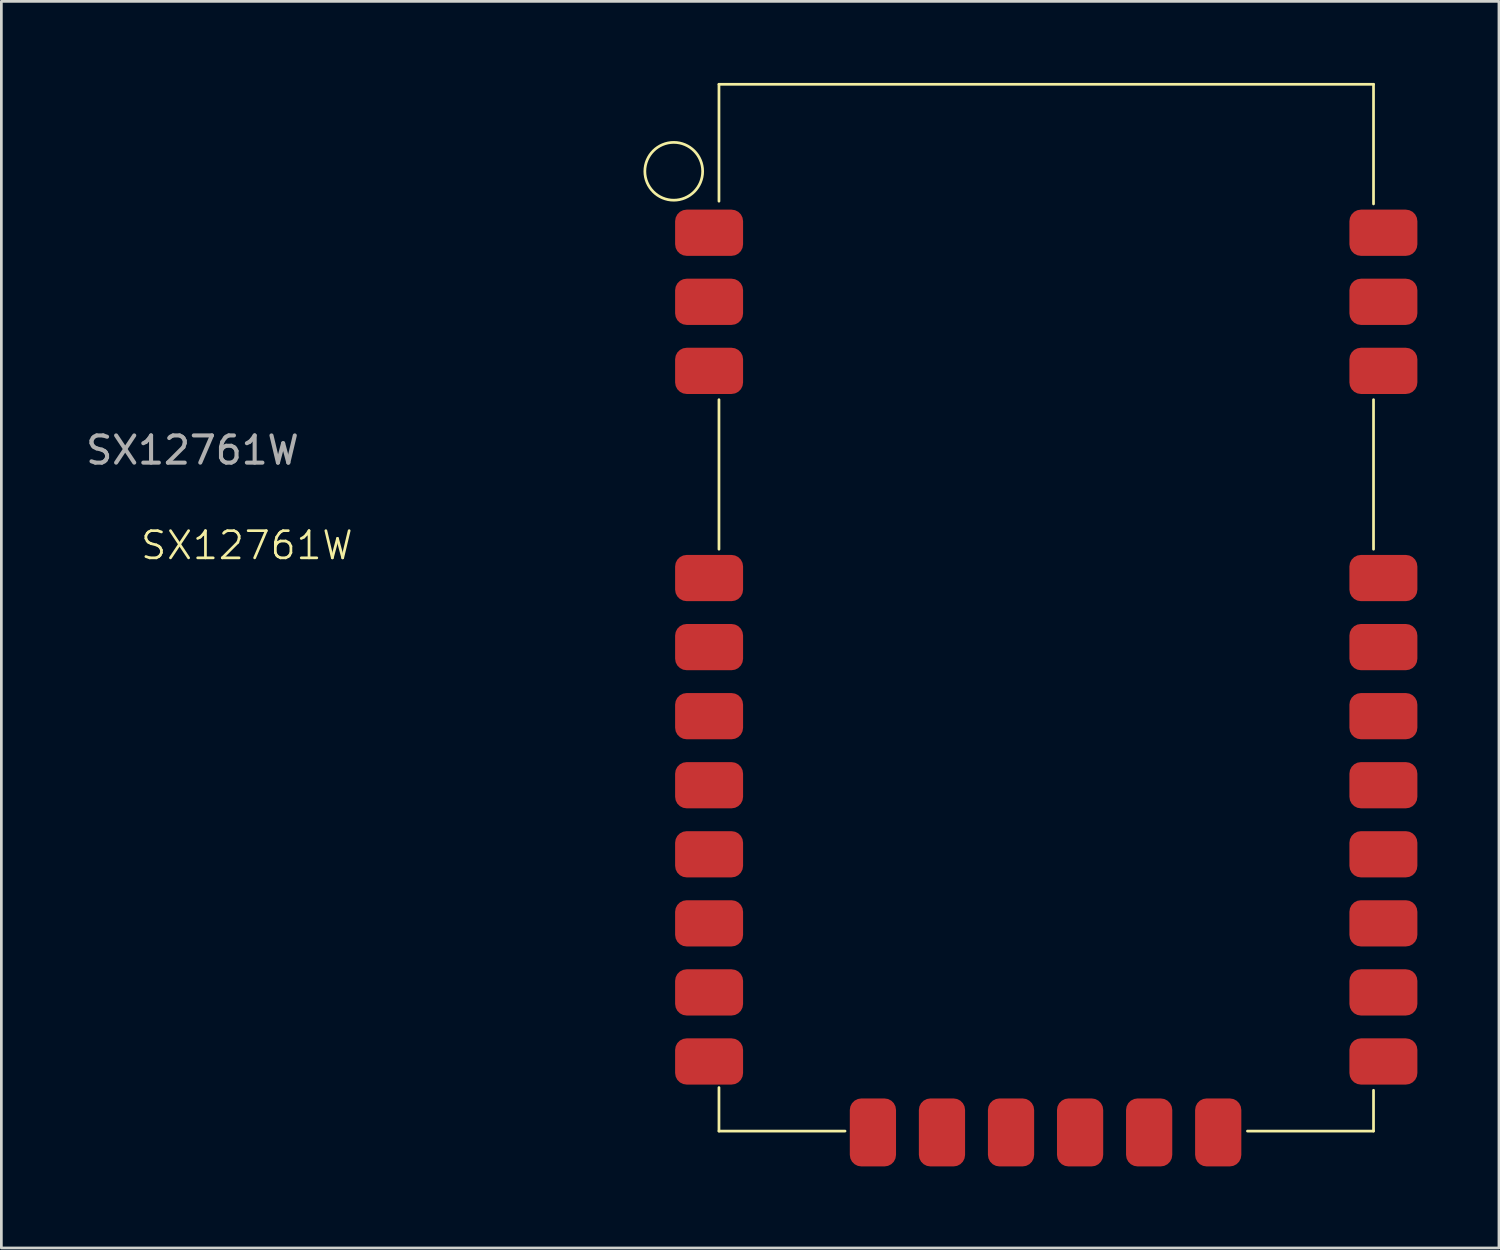
<source format=kicad_pcb>
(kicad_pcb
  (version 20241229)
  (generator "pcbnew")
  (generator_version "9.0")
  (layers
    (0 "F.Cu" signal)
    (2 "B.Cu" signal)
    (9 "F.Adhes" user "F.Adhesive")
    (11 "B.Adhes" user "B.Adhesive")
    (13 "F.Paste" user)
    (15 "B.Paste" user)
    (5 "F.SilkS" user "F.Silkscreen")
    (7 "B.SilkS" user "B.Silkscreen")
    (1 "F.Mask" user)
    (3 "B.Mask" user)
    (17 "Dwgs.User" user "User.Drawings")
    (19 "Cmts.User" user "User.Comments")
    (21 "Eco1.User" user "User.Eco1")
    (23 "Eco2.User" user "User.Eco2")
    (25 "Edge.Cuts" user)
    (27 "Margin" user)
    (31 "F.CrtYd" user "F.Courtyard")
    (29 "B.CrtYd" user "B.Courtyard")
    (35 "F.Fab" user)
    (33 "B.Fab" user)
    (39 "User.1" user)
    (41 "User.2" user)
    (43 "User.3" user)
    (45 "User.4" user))
  (footprint "SX12761W"
    (layer "F.Cu")
    (at 35.43 20.75)
    (property "Reference" "SX12761W" (at -29.4 -3.74 0) (unlocked yes) (layer "F.SilkS") (effects (font (size 1 1) (thickness 0.1))))
    (attr smd)
    (fp_line (start -12.037 -20.7) (end -12.037 -16.4) (stroke (width 0.1) (type default)) (layer "F.SilkS"))
    (fp_line (start -12.037 -9.1) (end -12.037 -3.6) (stroke (width 0.1) (type default)) (layer "F.SilkS"))
    (fp_line (start -12.037 16.2) (end -12.037 17.8) (stroke (width 0.1) (type default)) (layer "F.SilkS"))
    (fp_line (start -12.037 17.8) (end -7.4 17.8) (stroke (width 0.1) (type default)) (layer "F.SilkS"))
    (fp_line (start 7.4 17.8) (end 12.037 17.8) (stroke (width 0.1) (type default)) (layer "F.SilkS"))
    (fp_line (start 12.037 -20.7) (end -12.037 -20.7) (stroke (width 0.1) (type default)) (layer "F.SilkS"))
    (fp_line (start 12.037 -16.3) (end 12.037 -20.7) (stroke (width 0.1) (type default)) (layer "F.SilkS"))
    (fp_line (start 12.037 -3.6) (end 12.037 -9.1) (stroke (width 0.1) (type default)) (layer "F.SilkS"))
    (fp_line (start 12.037 17.8) (end 12.037 16.3) (stroke (width 0.1) (type default)) (layer "F.SilkS"))
    (fp_circle (center -13.7 -17.5) (end -13 -16.7) (stroke (width 0.1) (type default)) (fill no) (layer "F.SilkS"))
    (fp_text user "${REFERENCE}" (at -31.4 -7.24 0) (unlocked yes) (layer "F.Fab") (effects (font (size 1 1) (thickness 0.15))))
    (pad "1" smd roundrect (at -12.4 -15.24) (size 2.5 1.7) (layers "F.Cu" "F.Mask" "F.Paste") (roundrect_rratio 0.25))
    (pad "2" smd roundrect (at -12.4 -12.7) (size 2.5 1.7) (layers "F.Cu" "F.Mask" "F.Paste") (roundrect_rratio 0.25))
    (pad "3" smd roundrect (at -12.4 -10.16) (size 2.5 1.7) (layers "F.Cu" "F.Mask" "F.Paste") (roundrect_rratio 0.25))
    (pad "4" smd roundrect (at -12.4 -2.54) (size 2.5 1.7) (layers "F.Cu" "F.Mask" "F.Paste") (roundrect_rratio 0.25))
    (pad "5" smd roundrect (at -12.4 0) (size 2.5 1.7) (layers "F.Cu" "F.Mask" "F.Paste") (roundrect_rratio 0.25))
    (pad "6" smd roundrect (at -12.4 2.54) (size 2.5 1.7) (layers "F.Cu" "F.Mask" "F.Paste") (roundrect_rratio 0.25))
    (pad "7" smd roundrect (at -12.4 5.08) (size 2.5 1.7) (layers "F.Cu" "F.Mask" "F.Paste") (roundrect_rratio 0.25))
    (pad "8" smd roundrect (at -12.4 7.62) (size 2.5 1.7) (layers "F.Cu" "F.Mask" "F.Paste") (roundrect_rratio 0.25))
    (pad "9" smd roundrect (at -12.4 10.16) (size 2.5 1.7) (layers "F.Cu" "F.Mask" "F.Paste") (roundrect_rratio 0.25))
    (pad "10" smd roundrect (at -12.4 12.7) (size 2.5 1.7) (layers "F.Cu" "F.Mask" "F.Paste") (roundrect_rratio 0.25))
    (pad "11" smd roundrect (at -12.4 15.24) (size 2.5 1.7) (layers "F.Cu" "F.Mask" "F.Paste") (roundrect_rratio 0.25))
    (pad "12" smd roundrect (at -6.375 17.85 90) (size 2.5 1.7) (layers "F.Cu" "F.Mask" "F.Paste") (roundrect_rratio 0.25))
    (pad "13" smd roundrect (at -3.835 17.85 90) (size 2.5 1.7) (layers "F.Cu" "F.Mask" "F.Paste") (roundrect_rratio 0.25))
    (pad "14" smd roundrect (at -1.295 17.85 90) (size 2.5 1.7) (layers "F.Cu" "F.Mask" "F.Paste") (roundrect_rratio 0.25))
    (pad "15" smd roundrect (at 1.245 17.85 90) (size 2.5 1.7) (layers "F.Cu" "F.Mask" "F.Paste") (roundrect_rratio 0.25))
    (pad "16" smd roundrect (at 3.785 17.85 90) (size 2.5 1.7) (layers "F.Cu" "F.Mask" "F.Paste") (roundrect_rratio 0.25))
    (pad "17" smd roundrect (at 6.325 17.85 90) (size 2.5 1.7) (layers "F.Cu" "F.Mask" "F.Paste") (roundrect_rratio 0.25))
    (pad "18" smd roundrect (at 12.4 15.24 180) (size 2.5 1.7) (layers "F.Cu" "F.Mask" "F.Paste") (roundrect_rratio 0.25))
    (pad "19" smd roundrect (at 12.4 12.7 180) (size 2.5 1.7) (layers "F.Cu" "F.Mask" "F.Paste") (roundrect_rratio 0.25))
    (pad "20" smd roundrect (at 12.4 10.16 180) (size 2.5 1.7) (layers "F.Cu" "F.Mask" "F.Paste") (roundrect_rratio 0.25))
    (pad "21" smd roundrect (at 12.4 7.62 180) (size 2.5 1.7) (layers "F.Cu" "F.Mask" "F.Paste") (roundrect_rratio 0.25))
    (pad "22" smd roundrect (at 12.4 5.08 180) (size 2.5 1.7) (layers "F.Cu" "F.Mask" "F.Paste") (roundrect_rratio 0.25))
    (pad "23" smd roundrect (at 12.4 2.54 180) (size 2.5 1.7) (layers "F.Cu" "F.Mask" "F.Paste") (roundrect_rratio 0.25))
    (pad "24" smd roundrect (at 12.4 0 180) (size 2.5 1.7) (layers "F.Cu" "F.Mask" "F.Paste") (roundrect_rratio 0.25))
    (pad "25" smd roundrect (at 12.4 -2.54 180) (size 2.5 1.7) (layers "F.Cu" "F.Mask" "F.Paste") (roundrect_rratio 0.25))
    (pad "26" smd roundrect (at 12.4 -10.16 180) (size 2.5 1.7) (layers "F.Cu" "F.Mask" "F.Paste") (roundrect_rratio 0.25))
    (pad "27" smd roundrect (at 12.4 -12.7 180) (size 2.5 1.7) (layers "F.Cu" "F.Mask" "F.Paste") (roundrect_rratio 0.25))
    (pad "28" smd roundrect (at 12.4 -15.24 180) (size 2.5 1.7) (layers "F.Cu" "F.Mask" "F.Paste") (roundrect_rratio 0.25)))
  (gr_rect
    (start -3 -3)
    (end 52.08 42.85)
    (stroke (width 0.1) (type default))
    (fill no)
    (layer "Edge.Cuts")))
</source>
